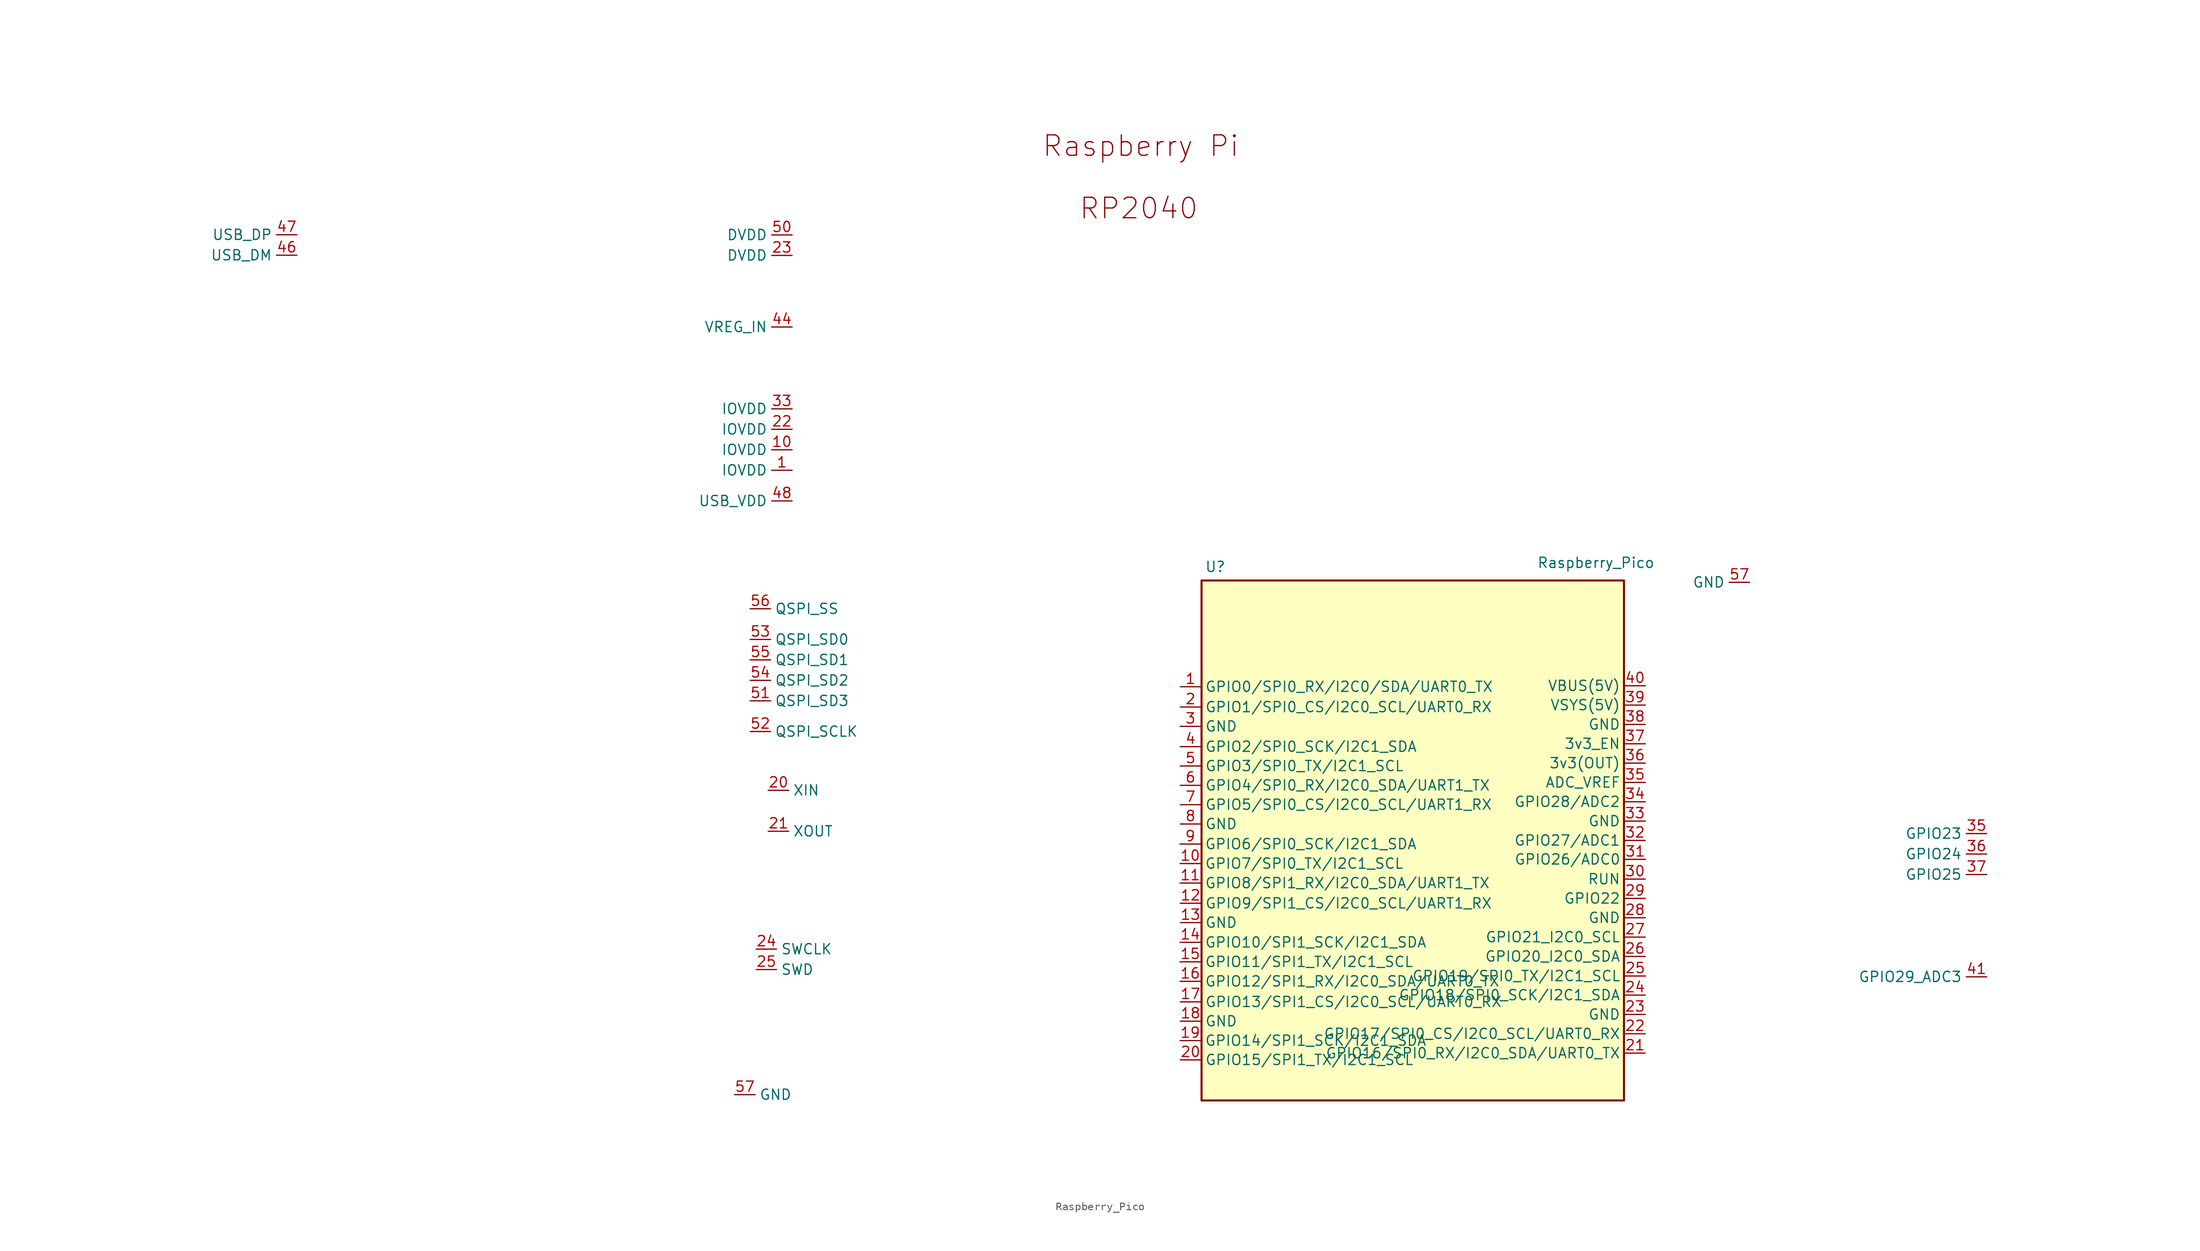
<source format=kicad_sym>
(kicad_symbol_lib
  (version 20220914)
  (generator kicad_symbol_editor)
  (symbol "Raspberry_Pico"
    (property "Reference" "U"
      (at -26.25 57.25 0)
      (effects (font (size 1.27 1.27))))
    (property "Value" "Raspberry_Pico"
      (at 21 57.75 0)
      (effects (font (size 1.27 1.27))))
    (symbol "Raspberry_Pico_0_0"
      (text "Raspberry Pi" (at -35.5 109.5 0) (effects (font (size 2.54 2.54))))
      (text "RP2040" (at -35.75 101.75 0) (effects (font (size 2.54 2.54)))))
    (symbol "Raspberry_Pico_0_1"
      (rectangle (start -27.96 55.55) (end 24.48 -9) (stroke (width 0.254) (type default)) (fill (type background))))
    (symbol "Raspberry_Pico_1_1"
      (pin bidirectional line (at -30.6 42.36 0) (length 2.54) (name "GPIO0/SPI0_RX/I2C0/SDA/UART0_TX" (effects (font (size 1.27 1.27)))) (number "1" (effects (font (size 1.27 1.27)))))
      (pin power_in line (at -78.785 69.235 180) (length 2.54) (name "IOVDD" (effects (font (size 1.27 1.27)))) (number "1" (effects (font (size 1.27 1.27)))))
      (pin bidirectional line (at -30.63 20.41 0) (length 2.54) (name "GPIO7/SPI0_TX/I2C1_SCL" (effects (font (size 1.27 1.27)))) (number "10" (effects (font (size 1.27 1.27)))))
      (pin power_in line (at -78.785 71.775 180) (length 2.54) (name "IOVDD" (effects (font (size 1.27 1.27)))) (number "10" (effects (font (size 1.27 1.27)))))
      (pin bidirectional line (at -30.63 17.99 0) (length 2.54) (name "GPIO8/SPI1_RX/I2C0_SDA/UART1_TX" (effects (font (size 1.27 1.27)))) (number "11" (effects (font (size 1.27 1.27)))))
      (pin bidirectional line (at -30.6 15.48 0) (length 2.54) (name "GPIO9/SPI1_CS/I2C0_SCL/UART1_RX" (effects (font (size 1.27 1.27)))) (number "12" (effects (font (size 1.27 1.27)))))
      (pin power_in line (at -30.6 13.08 0) (length 2.54) (name "GND" (effects (font (size 1.27 1.27)))) (number "13" (effects (font (size 1.27 1.27)))))
      (pin bidirectional line (at -30.63 10.63 0) (length 2.54) (name "GPIO10/SPI1_SCK/I2C1_SDA" (effects (font (size 1.27 1.27)))) (number "14" (effects (font (size 1.27 1.27)))))
      (pin bidirectional line (at -30.63 8.21 0) (length 2.54) (name "GPIO11/SPI1_TX/I2C1_SCL" (effects (font (size 1.27 1.27)))) (number "15" (effects (font (size 1.27 1.27)))))
      (pin bidirectional line (at -30.63 5.79 0) (length 2.54) (name "GPIO12/SPI1_RX/I2C0_SDA/UART0_TX" (effects (font (size 1.27 1.27)))) (number "16" (effects (font (size 1.27 1.27)))))
      (pin bidirectional line (at -30.6 3.24 0) (length 2.54) (name "GPIO13/SPI1_CS/I2C0_SCL/UART0_RX" (effects (font (size 1.27 1.27)))) (number "17" (effects (font (size 1.27 1.27)))))
      (pin power_in line (at -30.6 0.84 0) (length 2.54) (name "GND" (effects (font (size 1.27 1.27)))) (number "18" (effects (font (size 1.27 1.27)))))
      (pin bidirectional line (at -30.63 -1.57 0) (length 2.54) (name "GPIO14/SPI1_SCK/I2C1_SDA" (effects (font (size 1.27 1.27)))) (number "19" (effects (font (size 1.27 1.27)))))
      (pin bidirectional line (at -30.6 39.84 0) (length 2.54) (name "GPIO1/SPI0_CS/I2C0_SCL/UART0_RX" (effects (font (size 1.27 1.27)))) (number "2" (effects (font (size 1.27 1.27)))))
      (pin bidirectional line (at -30.6 -3.96 0) (length 2.54) (name "GPIO15/SPI1_TX/I2C1_SCL" (effects (font (size 1.27 1.27)))) (number "20" (effects (font (size 1.27 1.27)))))
      (pin input line (at -81.75 29.5 0) (length 2.54) (name "XIN" (effects (font (size 1.27 1.27)))) (number "20" (effects (font (size 1.27 1.27)))))
      (pin bidirectional line (at 27.12 -3.12 180) (length 2.54) (name "GPIO16/SPI0_RX/I2C0_SDA/UART0_TX" (effects (font (size 1.27 1.27)))) (number "21" (effects (font (size 1.27 1.27)))))
      (pin passive line (at -81.75 24.42 0) (length 2.54) (name "XOUT" (effects (font (size 1.27 1.27)))) (number "21" (effects (font (size 1.27 1.27)))))
      (pin bidirectional line (at 27.12 -0.72 180) (length 2.54) (name "GPIO17/SPI0_CS/I2C0_SCL/UART0_RX" (effects (font (size 1.27 1.27)))) (number "22" (effects (font (size 1.27 1.27)))))
      (pin power_in line (at -78.785 74.315 180) (length 2.54) (name "IOVDD" (effects (font (size 1.27 1.27)))) (number "22" (effects (font (size 1.27 1.27)))))
      (pin power_in line (at -78.785 95.905 180) (length 2.54) (name "DVDD" (effects (font (size 1.27 1.27)))) (number "23" (effects (font (size 1.27 1.27)))))
      (pin power_in line (at 27.12 1.68 180) (length 2.54) (name "GND" (effects (font (size 1.27 1.27)))) (number "23" (effects (font (size 1.27 1.27)))))
      (pin bidirectional line (at 27.12 4.08 180) (length 2.54) (name "GPIO18/SPI0_SCK/I2C1_SDA" (effects (font (size 1.27 1.27)))) (number "24" (effects (font (size 1.27 1.27)))))
      (pin output line (at -83.25 9.79 0) (length 2.54) (name "SWCLK" (effects (font (size 1.27 1.27)))) (number "24" (effects (font (size 1.27 1.27)))))
      (pin bidirectional line (at 27.15 6.45 180) (length 2.54) (name "GPIO19/SPI0_TX/I2C1_SCL" (effects (font (size 1.27 1.27)))) (number "25" (effects (font (size 1.27 1.27)))))
      (pin bidirectional line (at -83.25 7.25 0) (length 2.54) (name "SWD" (effects (font (size 1.27 1.27)))) (number "25" (effects (font (size 1.27 1.27)))))
      (pin bidirectional line (at 27.12 8.88 180) (length 2.54) (name "GPIO20_I2C0_SDA" (effects (font (size 1.27 1.27)))) (number "26" (effects (font (size 1.27 1.27)))))
      (pin bidirectional line (at 27.12 11.28 180) (length 2.54) (name "GPIO21_I2C0_SCL" (effects (font (size 1.27 1.27)))) (number "27" (effects (font (size 1.27 1.27)))))
      (pin power_in line (at 27.12 13.68 180) (length 2.54) (name "GND" (effects (font (size 1.27 1.27)))) (number "28" (effects (font (size 1.27 1.27)))))
      (pin bidirectional line (at 27.12 16.08 180) (length 2.54) (name "GPIO22" (effects (font (size 1.27 1.27)))) (number "29" (effects (font (size 1.27 1.27)))))
      (pin power_in line (at -30.6 37.44 0) (length 2.54) (name "GND" (effects (font (size 1.27 1.27)))) (number "3" (effects (font (size 1.27 1.27)))))
      (pin input line (at 27.12 18.48 180) (length 2.54) (name "RUN" (effects (font (size 1.27 1.27)))) (number "30" (effects (font (size 1.27 1.27)))))
      (pin bidirectional line (at 27.15 20.93 180) (length 2.54) (name "GPIO26/ADC0" (effects (font (size 1.27 1.27)))) (number "31" (effects (font (size 1.27 1.27)))))
      (pin bidirectional line (at 27.12 23.28 180) (length 2.54) (name "GPIO27/ADC1" (effects (font (size 1.27 1.27)))) (number "32" (effects (font (size 1.27 1.27)))))
      (pin power_in line (at 27.12 25.68 180) (length 2.54) (name "GND" (effects (font (size 1.27 1.27)))) (number "33" (effects (font (size 1.27 1.27)))))
      (pin power_in line (at -78.785 76.855 180) (length 2.54) (name "IOVDD" (effects (font (size 1.27 1.27)))) (number "33" (effects (font (size 1.27 1.27)))))
      (pin bidirectional line (at 27.12 28.08 180) (length 2.54) (name "GPIO28/ADC2" (effects (font (size 1.27 1.27)))) (number "34" (effects (font (size 1.27 1.27)))))
      (pin power_in line (at 27.12 30.48 180) (length 2.54) (name "ADC_VREF" (effects (font (size 1.27 1.27)))) (number "35" (effects (font (size 1.27 1.27)))))
      (pin bidirectional line (at 69.51 24.13 180) (length 2.54) (name "GPIO23" (effects (font (size 1.27 1.27)))) (number "35" (effects (font (size 1.27 1.27)))))
      (pin power_out line (at 27.12 32.88 180) (length 2.54) (name "3v3(OUT)" (effects (font (size 1.27 1.27)))) (number "36" (effects (font (size 1.27 1.27)))))
      (pin bidirectional line (at 69.51 21.59 180) (length 2.54) (name "GPIO24" (effects (font (size 1.27 1.27)))) (number "36" (effects (font (size 1.27 1.27)))))
      (pin passive line (at 27.12 35.28 180) (length 2.54) (name "3v3_EN" (effects (font (size 1.27 1.27)))) (number "37" (effects (font (size 1.27 1.27)))))
      (pin bidirectional line (at 69.51 19.05 180) (length 2.54) (name "GPIO25" (effects (font (size 1.27 1.27)))) (number "37" (effects (font (size 1.27 1.27)))))
      (pin power_in line (at 27.12 37.68 180) (length 2.54) (name "GND" (effects (font (size 1.27 1.27)))) (number "38" (effects (font (size 1.27 1.27)))))
      (pin power_in line (at 27.12 40.08 180) (length 2.54) (name "VSYS(5V)" (effects (font (size 1.27 1.27)))) (number "39" (effects (font (size 1.27 1.27)))))
      (pin bidirectional line (at -30.6 34.92 0) (length 2.54) (name "GPIO2/SPI0_SCK/I2C1_SDA" (effects (font (size 1.27 1.27)))) (number "4" (effects (font (size 1.27 1.27)))))
      (pin power_in line (at 27.12 42.48 180) (length 2.54) (name "VBUS(5V)" (effects (font (size 1.27 1.27)))) (number "40" (effects (font (size 1.27 1.27)))))
      (pin bidirectional line (at 69.51 6.35 180) (length 2.54) (name "GPIO29_ADC3" (effects (font (size 1.27 1.27)))) (number "41" (effects (font (size 1.27 1.27)))))
      (pin power_in line (at -78.785 87.015 180) (length 2.54) (name "VREG_IN" (effects (font (size 1.27 1.27)))) (number "44" (effects (font (size 1.27 1.27)))))
      (pin bidirectional line (at -140.25 95.93 180) (length 2.54) (name "USB_DM" (effects (font (size 1.27 1.27)))) (number "46" (effects (font (size 1.27 1.27)))))
      (pin bidirectional line (at -140.25 98.47 180) (length 2.54) (name "USB_DP" (effects (font (size 1.27 1.27)))) (number "47" (effects (font (size 1.27 1.27)))))
      (pin power_in line (at -78.785 65.425 180) (length 2.54) (name "USB_VDD" (effects (font (size 1.27 1.27)))) (number "48" (effects (font (size 1.27 1.27)))))
      (pin bidirectional line (at -30.6 32.52 0) (length 2.54) (name "GPIO3/SPI0_TX/I2C1_SCL" (effects (font (size 1.27 1.27)))) (number "5" (effects (font (size 1.27 1.27)))))
      (pin power_in line (at -78.785 98.445 180) (length 2.54) (name "DVDD" (effects (font (size 1.27 1.27)))) (number "50" (effects (font (size 1.27 1.27)))))
      (pin bidirectional line (at -84 40.61 0) (length 2.54) (name "QSPI_SD3" (effects (font (size 1.27 1.27)))) (number "51" (effects (font (size 1.27 1.27)))))
      (pin output line (at -84 36.8 0) (length 2.54) (name "QSPI_SCLK" (effects (font (size 1.27 1.27)))) (number "52" (effects (font (size 1.27 1.27)))))
      (pin bidirectional line (at -84 48.23 0) (length 2.54) (name "QSPI_SD0" (effects (font (size 1.27 1.27)))) (number "53" (effects (font (size 1.27 1.27)))))
      (pin bidirectional line (at -84 43.15 0) (length 2.54) (name "QSPI_SD2" (effects (font (size 1.27 1.27)))) (number "54" (effects (font (size 1.27 1.27)))))
      (pin bidirectional line (at -84 45.69 0) (length 2.54) (name "QSPI_SD1" (effects (font (size 1.27 1.27)))) (number "55" (effects (font (size 1.27 1.27)))))
      (pin bidirectional line (at -84 52.04 0) (length 2.54) (name "QSPI_SS" (effects (font (size 1.27 1.27)))) (number "56" (effects (font (size 1.27 1.27)))))
      (pin power_in line (at -85.92 -8.28 0) (length 2.54) (name "GND" (effects (font (size 1.27 1.27)))) (number "57" (effects (font (size 1.27 1.27)))))
      (pin power_in line (at 40.08 55.32 180) (length 2.54) (name "GND" (effects (font (size 1.27 1.27)))) (number "57" (effects (font (size 1.27 1.27)))))
      (pin bidirectional line (at -30.6 30.12 0) (length 2.54) (name "GPIO4/SPI0_RX/I2C0_SDA/UART1_TX" (effects (font (size 1.27 1.27)))) (number "6" (effects (font (size 1.27 1.27)))))
      (pin bidirectional line (at -30.6 27.72 0) (length 2.54) (name "GPIO5/SPI0_CS/I2C0_SCL/UART1_RX" (effects (font (size 1.27 1.27)))) (number "7" (effects (font (size 1.27 1.27)))))
      (pin power_in line (at -30.6 25.32 0) (length 2.54) (name "GND" (effects (font (size 1.27 1.27)))) (number "8" (effects (font (size 1.27 1.27)))))
      (pin bidirectional line (at -30.63 22.83 0) (length 2.54) (name "GPIO6/SPI0_SCK/I2C1_SDA" (effects (font (size 1.27 1.27)))) (number "9" (effects (font (size 1.27 1.27))))))))
</source>
